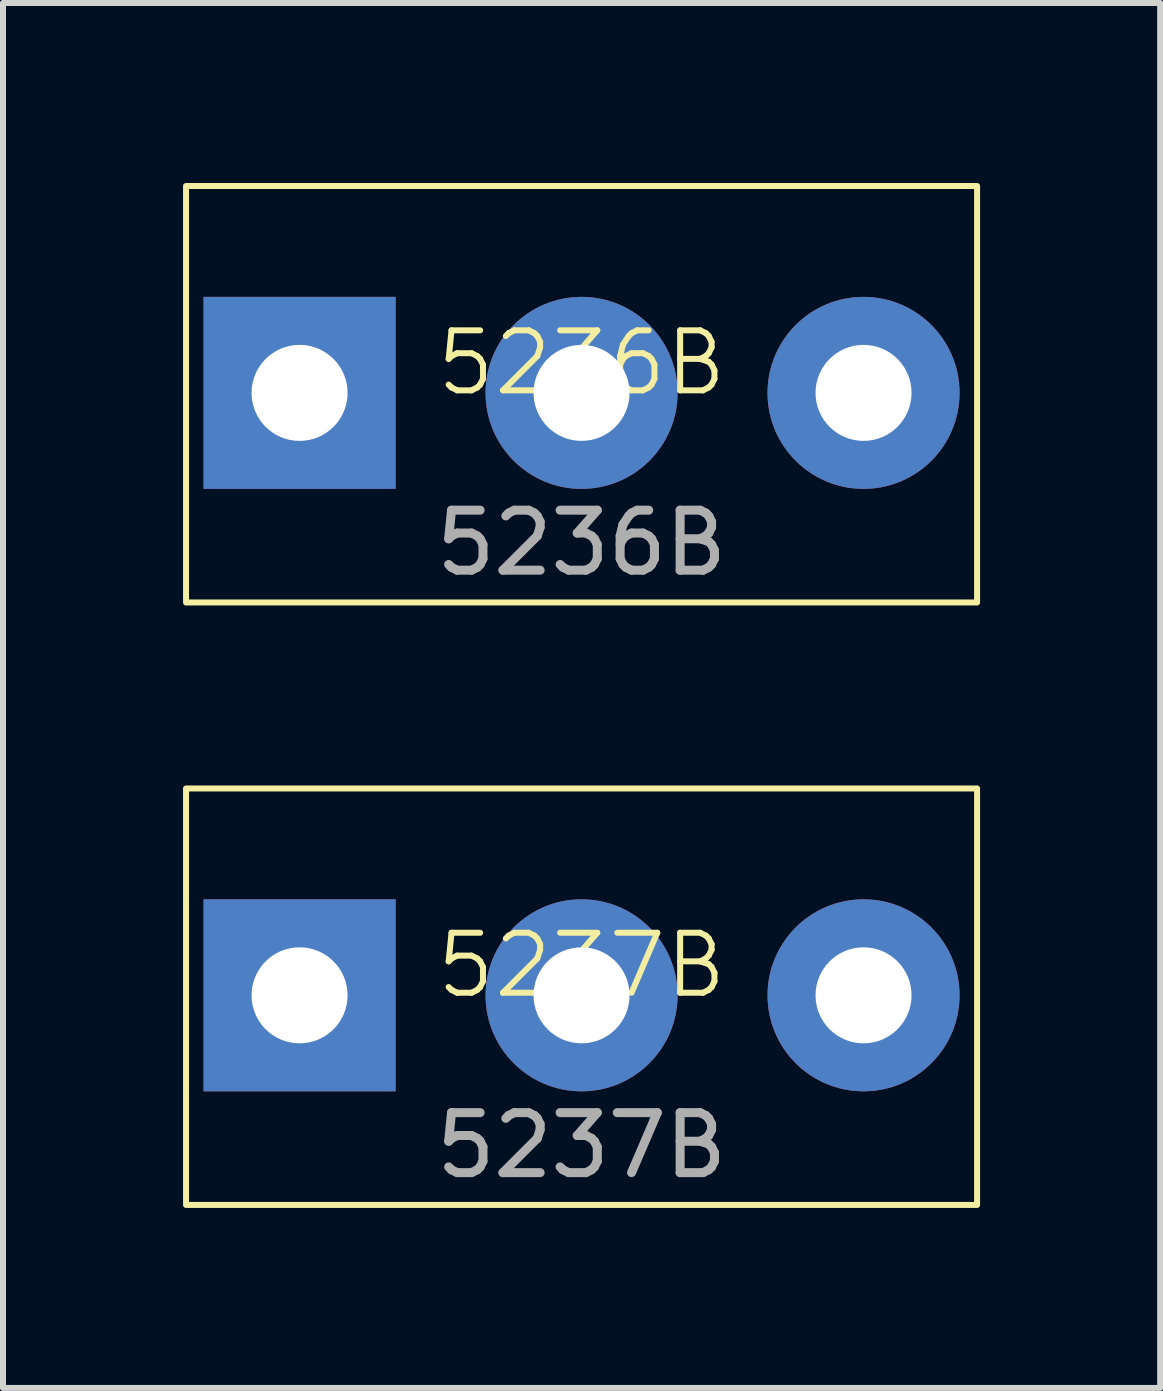
<source format=kicad_pcb>
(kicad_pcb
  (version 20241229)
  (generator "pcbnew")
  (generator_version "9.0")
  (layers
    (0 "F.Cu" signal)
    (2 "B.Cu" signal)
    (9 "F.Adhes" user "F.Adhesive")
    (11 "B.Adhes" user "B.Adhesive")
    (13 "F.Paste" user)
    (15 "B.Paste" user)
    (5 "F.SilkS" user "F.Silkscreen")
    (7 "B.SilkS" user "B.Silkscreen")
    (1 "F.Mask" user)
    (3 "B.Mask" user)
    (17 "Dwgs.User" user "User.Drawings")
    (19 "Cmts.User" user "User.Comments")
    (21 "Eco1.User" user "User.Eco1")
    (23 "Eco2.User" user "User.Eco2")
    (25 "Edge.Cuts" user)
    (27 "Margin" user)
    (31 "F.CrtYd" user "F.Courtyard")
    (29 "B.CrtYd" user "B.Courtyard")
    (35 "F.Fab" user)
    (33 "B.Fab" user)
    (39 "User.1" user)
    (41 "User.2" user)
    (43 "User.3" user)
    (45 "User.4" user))
  (footprint "5237B"
    (layer "F.Cu")
    (at 6.641 13.536)
    (property "Reference" "5237B" (at 0 -0.5 0) (unlocked yes) (layer "F.SilkS") (effects (font (size 1 1) (thickness 0.1))))
    (attr through_hole)
    (fp_rect (start 6.591 3.493) (end -6.591 -3.447) (stroke (width 0.1) (type default)) (fill no) (layer "F.SilkS"))
    (fp_text user "${REFERENCE}" (at 0 2.5 0) (unlocked yes) (layer "F.Fab") (effects (font (size 1 1) (thickness 0.15))))
    (pad "1" thru_hole rect (at -4.699 0) (size 3.2 3.2) (drill 1.6) (layers "*.Cu" "*.Mask"))
    (pad "2" thru_hole circle (at 0 0) (size 3.2 3.2) (drill 1.6) (layers "*.Cu" "*.Mask"))
    (pad "3" thru_hole circle (at 4.699 0) (size 3.2 3.2) (drill 1.6) (layers "*.Cu" "*.Mask")))
  (footprint "5236B"
    (layer "F.Cu")
    (at 6.641 3.497)
    (property "Reference" "5236B" (at 0 -0.5 0) (unlocked yes) (layer "F.SilkS") (effects (font (size 1 1) (thickness 0.1))))
    (attr through_hole)
    (fp_rect (start 6.591 3.493) (end -6.591 -3.447) (stroke (width 0.1) (type default)) (fill no) (layer "F.SilkS"))
    (fp_text user "${REFERENCE}" (at 0 2.5 0) (unlocked yes) (layer "F.Fab") (effects (font (size 1 1) (thickness 0.15))))
    (pad "1" thru_hole rect (at -4.699 0) (size 3.2 3.2) (drill 1.6) (layers "*.Cu" "*.Mask"))
    (pad "2" thru_hole circle (at 0 0) (size 3.2 3.2) (drill 1.6) (layers "*.Cu" "*.Mask"))
    (pad "3" thru_hole circle (at 4.699 0) (size 3.2 3.2) (drill 1.6) (layers "*.Cu" "*.Mask")))
  (gr_rect
    (start -3 -3)
    (end 16.283 20.079)
    (stroke (width 0.1) (type default))
    (fill no)
    (layer "Edge.Cuts")))
</source>
